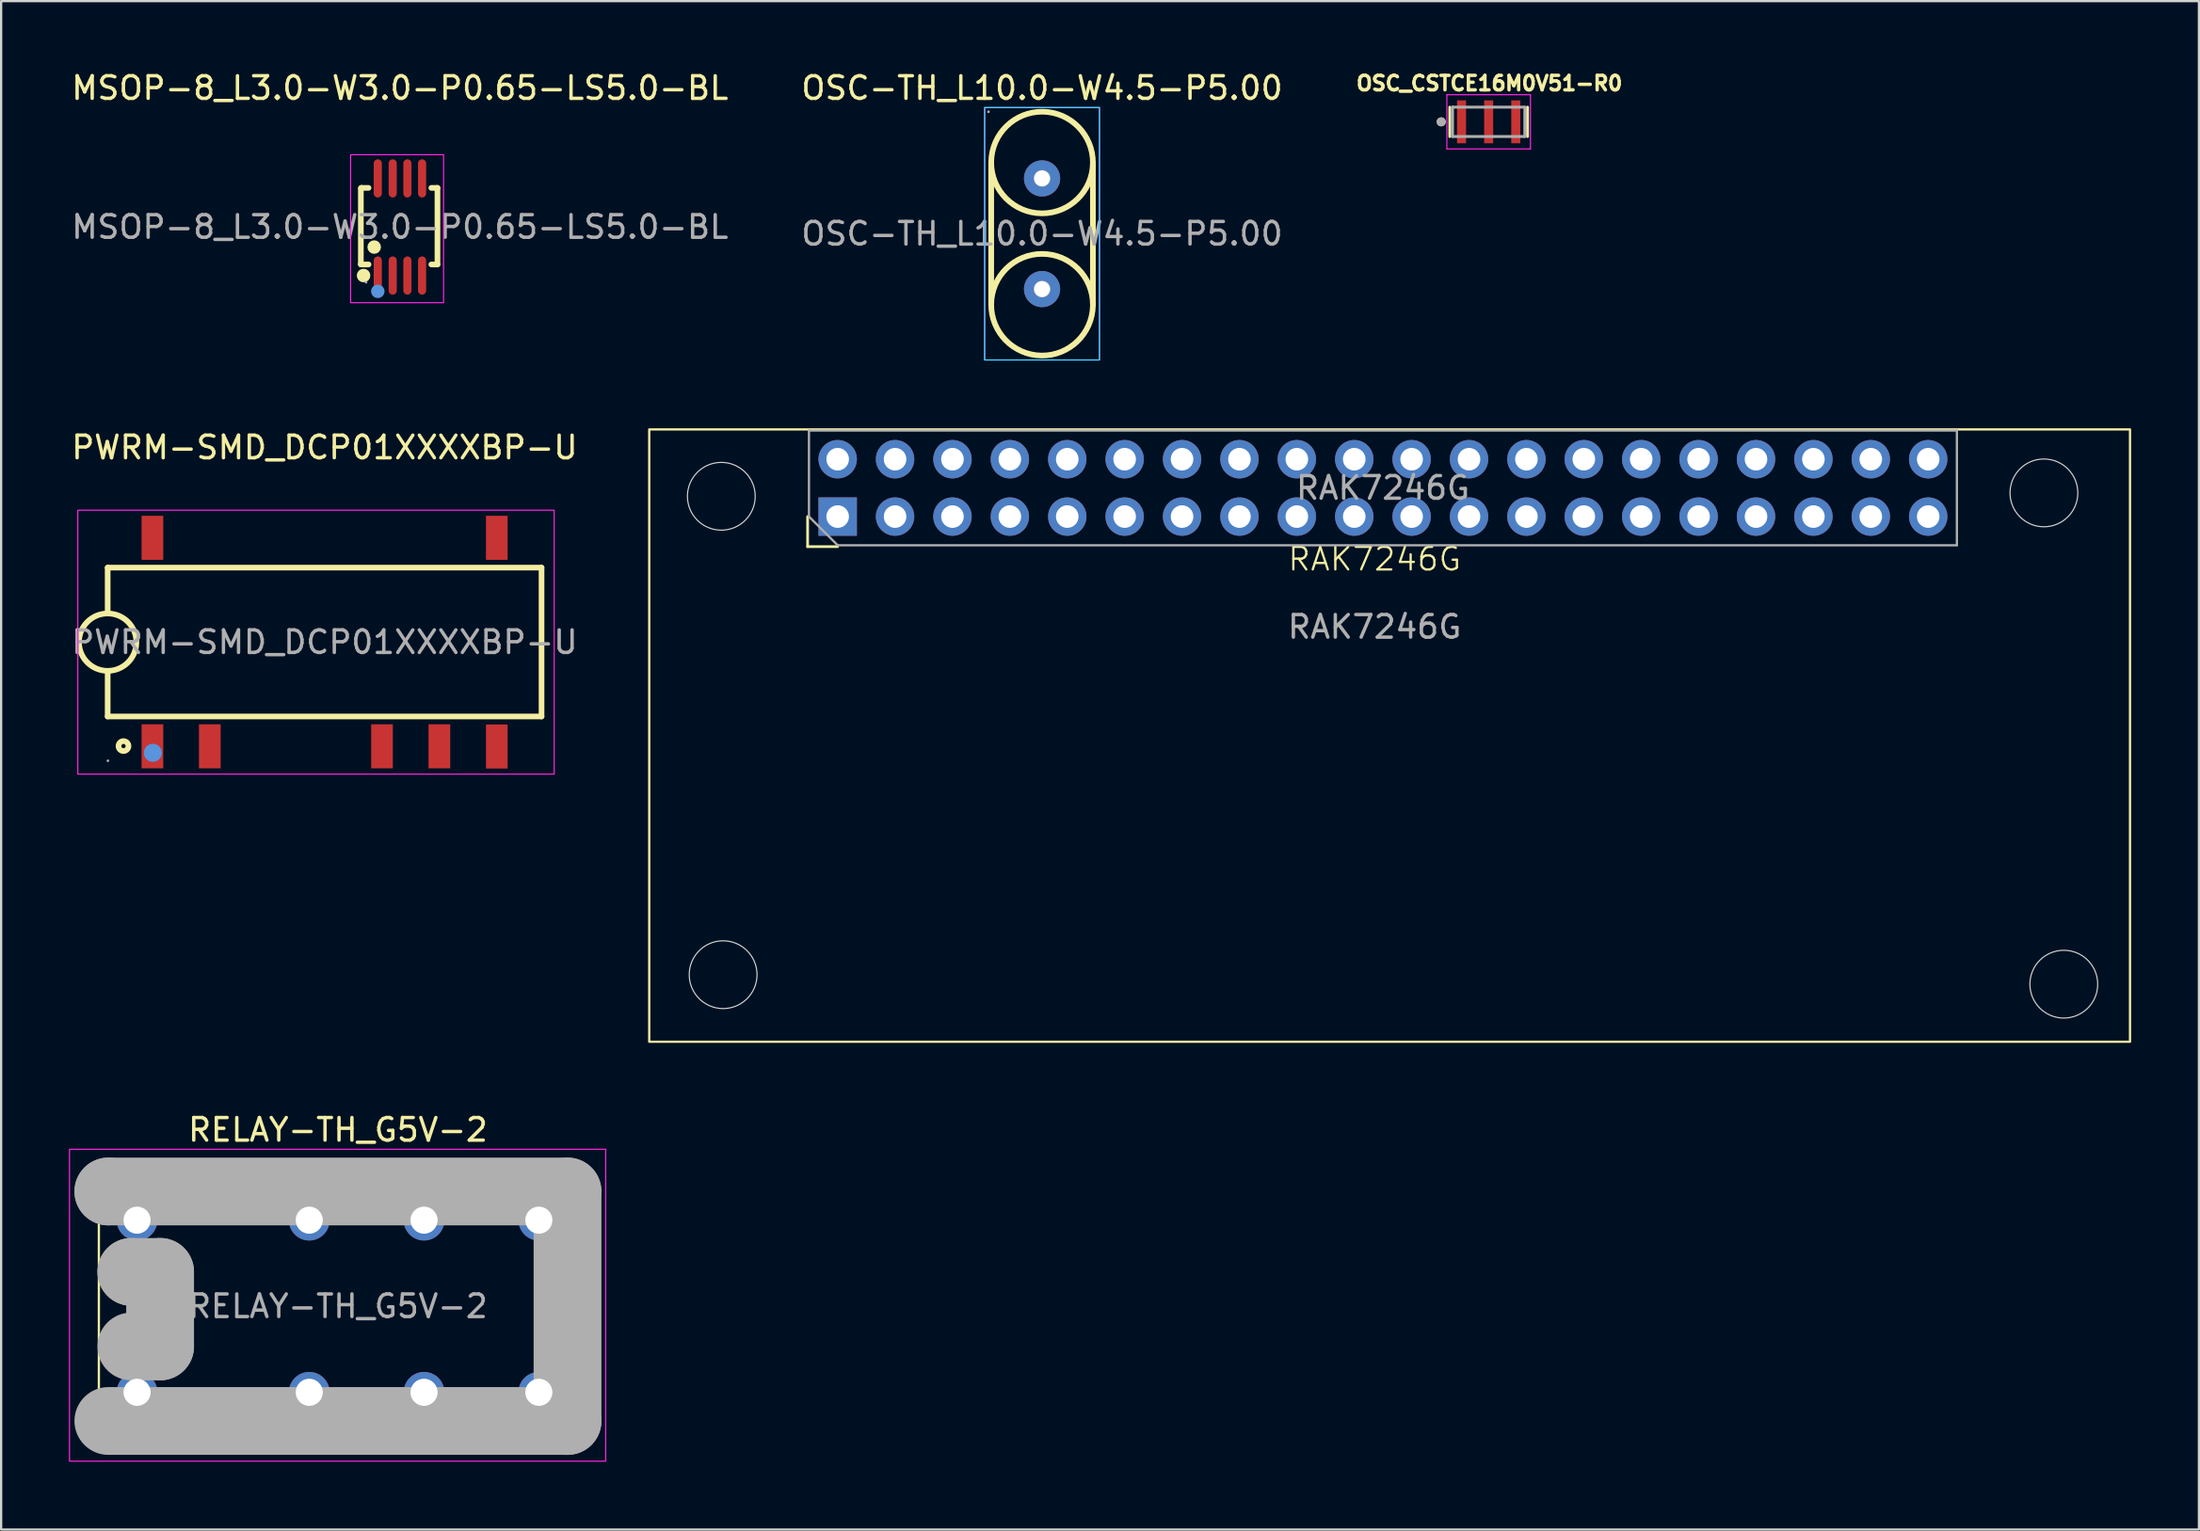
<source format=kicad_pcb>
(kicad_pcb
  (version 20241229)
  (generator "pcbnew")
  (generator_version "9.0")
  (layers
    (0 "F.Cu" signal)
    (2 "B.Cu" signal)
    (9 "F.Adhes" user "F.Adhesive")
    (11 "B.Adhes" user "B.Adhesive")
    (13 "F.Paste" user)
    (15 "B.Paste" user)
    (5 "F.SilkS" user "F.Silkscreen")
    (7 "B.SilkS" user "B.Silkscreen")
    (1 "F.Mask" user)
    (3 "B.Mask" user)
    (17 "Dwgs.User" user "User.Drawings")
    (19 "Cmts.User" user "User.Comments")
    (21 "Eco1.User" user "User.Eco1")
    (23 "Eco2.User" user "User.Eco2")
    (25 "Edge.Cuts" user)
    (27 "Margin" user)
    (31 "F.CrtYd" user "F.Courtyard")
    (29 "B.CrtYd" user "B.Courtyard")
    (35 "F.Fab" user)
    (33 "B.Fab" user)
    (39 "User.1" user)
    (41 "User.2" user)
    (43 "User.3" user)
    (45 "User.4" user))
  (footprint "OSC-TH_L10.0-W4.5-P5.00"
    (layer "F.Cu")
    (at 43.065 7.298)
    (property "Reference" "OSC-TH_L10.0-W4.5-P5.00" (at 0 -6.45 0) (layer "F.SilkS") (effects (font (size 1 1) (thickness 0.15))))
    (attr through_hole)
    (fp_line (start -2.25 3.14) (end -2.25 -3.15) (stroke (width 0.25) (type solid)) (layer "F.SilkS"))
    (fp_line (start 2.25 3.14) (end 2.25 -3.15) (stroke (width 0.25) (type solid)) (layer "F.SilkS"))
    (fp_arc (start -2.249657 -3.189268) (mid 2.249914 -3.130365) (end -2.25 -3.15) (stroke (width 0.25) (type solid)) (layer "F.SilkS"))
    (fp_arc (start 2.249657 3.179268) (mid -2.249914 3.120365) (end 2.25 3.14) (stroke (width 0.25) (type solid)) (layer "F.SilkS"))
    (fp_rect (start -2.54 -5.588) (end 2.54 5.588) (stroke (width 0.05) (type default)) (fill no) (layer "B.CrtYd"))
    (fp_rect (start -2.54 -5.588) (end 2.54 5.588) (stroke (width 0.05) (type default)) (fill no) (layer "F.CrtYd"))
    (fp_circle (center -2.37 -5.4) (end -2.34 -5.4) (stroke (width 0.06) (type solid)) (fill no) (layer "F.Fab"))
    (fp_circle (center 0 -2.45) (end 0.12 -2.45) (stroke (width 0.25) (type solid)) (fill no) (layer "F.Fab"))
    (fp_circle (center 0 2.45) (end 0.12 2.45) (stroke (width 0.25) (type solid)) (fill no) (layer "F.Fab"))
    (fp_text user "${REFERENCE}" (at 0 0 0) (layer "F.Fab") (effects (font (size 1 1) (thickness 0.15))))
    (pad "1" thru_hole circle (at 0 -2.45 270) (size 1.6 1.6) (drill 0.7) (layers "*.Cu" "*.Mask"))
    (pad "2" thru_hole circle (at 0 2.45 270) (size 1.6 1.6) (drill 0.7) (layers "*.Cu" "*.Mask")))
  (footprint "PWRM-SMD_DCP01XXXXBP-U"
    (layer "F.Cu")
    (at 11.315 25.38)
    (property "Reference" "PWRM-SMD_DCP01XXXXBP-U" (at 0 -8.62 0) (layer "F.SilkS") (effects (font (size 1 1) (thickness 0.15))))
    (attr smd)
    (fp_line (start -9.6 -3.3) (end -9.6 -1.27) (stroke (width 0.25) (type solid)) (layer "F.SilkS"))
    (fp_line (start -9.6 -3.3) (end 9.6 -3.3) (stroke (width 0.25) (type solid)) (layer "F.SilkS"))
    (fp_line (start -9.6 3.29) (end -9.6 1.27) (stroke (width 0.25) (type solid)) (layer "F.SilkS"))
    (fp_line (start 9.6 -3.3) (end 9.6 3.29) (stroke (width 0.25) (type solid)) (layer "F.SilkS"))
    (fp_line (start 9.6 3.29) (end -9.6 3.29) (stroke (width 0.25) (type solid)) (layer "F.SilkS"))
    (fp_arc (start -9.577835 -1.269807) (mid -9.611083 1.269952) (end -9.6 -1.27) (stroke (width 0.25) (type solid)) (layer "F.SilkS"))
    (fp_circle (center -8.9 4.6) (end -8.68 4.6) (stroke (width 0.25) (type solid)) (fill no) (layer "F.SilkS"))
    (fp_circle (center -7.6 4.9) (end -7.4 4.9) (stroke (width 0.4) (type solid)) (fill no) (layer "Cmts.User"))
    (fp_rect (start -10.922 -5.842) (end 10.16 5.842) (stroke (width 0.05) (type default)) (fill no) (layer "F.CrtYd"))
    (fp_circle (center -9.59 5.25) (end -9.56 5.25) (stroke (width 0.06) (type solid)) (fill no) (layer "F.Fab"))
    (fp_text user "${REFERENCE}" (at 0 0 0) (layer "F.Fab") (effects (font (size 1 1) (thickness 0.15))))
    (pad "1" smd rect (at -7.62 4.61) (size 0.96 1.95) (layers "F.Cu" "F.Mask" "F.Paste"))
    (pad "2" smd rect (at -5.08 4.61) (size 0.96 1.95) (layers "F.Cu" "F.Mask" "F.Paste"))
    (pad "5" smd rect (at 2.54 4.61) (size 0.96 1.95) (layers "F.Cu" "F.Mask" "F.Paste"))
    (pad "6" smd rect (at 5.08 4.61) (size 0.96 1.95) (layers "F.Cu" "F.Mask" "F.Paste"))
    (pad "7" smd rect (at 7.62 4.62) (size 0.96 1.95) (layers "F.Cu" "F.Mask" "F.Paste"))
    (pad "8" smd rect (at 7.62 -4.62) (size 0.96 1.95) (layers "F.Cu" "F.Mask" "F.Paste"))
    (pad "14" smd rect (at -7.62 -4.62) (size 0.96 1.95) (layers "F.Cu" "F.Mask" "F.Paste")))
  (footprint "RAK7246G"
    (layer "F.Cu")
    (at 57.781 22.201)
    (property "Reference" "RAK7246G" (at 0 -0.5 0) (unlocked yes) (layer "F.SilkS") (effects (font (size 1 1) (thickness 0.1))))
    (attr through_hole)
    (fp_line (start -25.091 -1.051) (end -25.091 -2.381) (stroke (width 0.12) (type solid)) (layer "F.SilkS"))
    (fp_line (start -23.761 -1.051) (end -25.091 -1.051) (stroke (width 0.12) (type solid)) (layer "F.SilkS"))
    (fp_rect (start -32.1 -6.24) (end 33.43 20.87) (stroke (width 0.1) (type default)) (fill no) (layer "F.SilkS"))
    (fp_circle (center -28.91 -3.28) (end -27.41 -3.28) (stroke (width 0.05) (type default)) (fill no) (layer "Edge.Cuts"))
    (fp_circle (center -28.83 17.9) (end -27.33 17.9) (stroke (width 0.05) (type default)) (fill no) (layer "Edge.Cuts"))
    (fp_circle (center 29.62 -3.43) (end 31.12 -3.43) (stroke (width 0.05) (type default)) (fill no) (layer "Edge.Cuts"))
    (fp_circle (center 30.5 18.32) (end 32 18.32) (stroke (width 0.05) (type default)) (fill no) (layer "Edge.Cuts"))
    (fp_line (start -25.031 -6.191) (end 25.769 -6.191) (stroke (width 0.1) (type solid)) (layer "F.Fab"))
    (fp_line (start -25.031 -2.381) (end -25.031 -6.191) (stroke (width 0.1) (type solid)) (layer "F.Fab"))
    (fp_line (start -23.761 -1.111) (end -25.031 -2.381) (stroke (width 0.1) (type solid)) (layer "F.Fab"))
    (fp_line (start 25.769 -6.191) (end 25.769 -1.111) (stroke (width 0.1) (type solid)) (layer "F.Fab"))
    (fp_line (start 25.769 -1.111) (end -23.761 -1.111) (stroke (width 0.1) (type solid)) (layer "F.Fab"))
    (fp_text user "${REFERENCE}" (at 0 2.5 0) (unlocked yes) (layer "F.Fab") (effects (font (size 1 1) (thickness 0.15))))
    (fp_text user "${REFERENCE}" (at 0.369 -3.651 180) (layer "F.Fab") (effects (font (size 1 1) (thickness 0.15))))
    (pad "1" thru_hole rect (at -23.761 -2.381 90) (size 1.7 1.7) (drill 1) (layers "*.Cu" "*.Mask"))
    (pad "2" thru_hole oval (at -23.761 -4.921 90) (size 1.7 1.7) (drill 1) (layers "*.Cu" "*.Mask"))
    (pad "3" thru_hole oval (at -21.221 -2.381 90) (size 1.7 1.7) (drill 1) (layers "*.Cu" "*.Mask"))
    (pad "4" thru_hole oval (at -21.221 -4.921 90) (size 1.7 1.7) (drill 1) (layers "*.Cu" "*.Mask"))
    (pad "5" thru_hole oval (at -18.681 -2.381 90) (size 1.7 1.7) (drill 1) (layers "*.Cu" "*.Mask"))
    (pad "6" thru_hole oval (at -18.681 -4.921 90) (size 1.7 1.7) (drill 1) (layers "*.Cu" "*.Mask"))
    (pad "7" thru_hole oval (at -16.141 -2.381 90) (size 1.7 1.7) (drill 1) (layers "*.Cu" "*.Mask"))
    (pad "8" thru_hole oval (at -16.141 -4.921 90) (size 1.7 1.7) (drill 1) (layers "*.Cu" "*.Mask"))
    (pad "9" thru_hole oval (at -13.601 -2.381 90) (size 1.7 1.7) (drill 1) (layers "*.Cu" "*.Mask"))
    (pad "10" thru_hole oval (at -13.601 -4.921 90) (size 1.7 1.7) (drill 1) (layers "*.Cu" "*.Mask"))
    (pad "11" thru_hole oval (at -11.061 -2.381 90) (size 1.7 1.7) (drill 1) (layers "*.Cu" "*.Mask"))
    (pad "12" thru_hole oval (at -11.061 -4.921 90) (size 1.7 1.7) (drill 1) (layers "*.Cu" "*.Mask"))
    (pad "13" thru_hole oval (at -8.521 -2.381 90) (size 1.7 1.7) (drill 1) (layers "*.Cu" "*.Mask"))
    (pad "14" thru_hole oval (at -8.521 -4.921 90) (size 1.7 1.7) (drill 1) (layers "*.Cu" "*.Mask"))
    (pad "15" thru_hole oval (at -5.981 -2.381 90) (size 1.7 1.7) (drill 1) (layers "*.Cu" "*.Mask"))
    (pad "16" thru_hole oval (at -5.981 -4.921 90) (size 1.7 1.7) (drill 1) (layers "*.Cu" "*.Mask"))
    (pad "17" thru_hole oval (at -3.441 -2.381 90) (size 1.7 1.7) (drill 1) (layers "*.Cu" "*.Mask"))
    (pad "18" thru_hole oval (at -3.441 -4.921 90) (size 1.7 1.7) (drill 1) (layers "*.Cu" "*.Mask"))
    (pad "19" thru_hole oval (at -0.901 -2.381 90) (size 1.7 1.7) (drill 1) (layers "*.Cu" "*.Mask"))
    (pad "20" thru_hole oval (at -0.901 -4.921 90) (size 1.7 1.7) (drill 1) (layers "*.Cu" "*.Mask"))
    (pad "21" thru_hole oval (at 1.639 -2.381 90) (size 1.7 1.7) (drill 1) (layers "*.Cu" "*.Mask"))
    (pad "22" thru_hole oval (at 1.639 -4.921 90) (size 1.7 1.7) (drill 1) (layers "*.Cu" "*.Mask"))
    (pad "23" thru_hole oval (at 4.179 -2.381 90) (size 1.7 1.7) (drill 1) (layers "*.Cu" "*.Mask"))
    (pad "24" thru_hole oval (at 4.179 -4.921 90) (size 1.7 1.7) (drill 1) (layers "*.Cu" "*.Mask"))
    (pad "25" thru_hole oval (at 6.719 -2.381 90) (size 1.7 1.7) (drill 1) (layers "*.Cu" "*.Mask"))
    (pad "26" thru_hole oval (at 6.719 -4.921 90) (size 1.7 1.7) (drill 1) (layers "*.Cu" "*.Mask"))
    (pad "27" thru_hole oval (at 9.259 -2.381 90) (size 1.7 1.7) (drill 1) (layers "*.Cu" "*.Mask"))
    (pad "28" thru_hole oval (at 9.259 -4.921 90) (size 1.7 1.7) (drill 1) (layers "*.Cu" "*.Mask"))
    (pad "29" thru_hole oval (at 11.799 -2.381 90) (size 1.7 1.7) (drill 1) (layers "*.Cu" "*.Mask"))
    (pad "30" thru_hole oval (at 11.799 -4.921 90) (size 1.7 1.7) (drill 1) (layers "*.Cu" "*.Mask"))
    (pad "31" thru_hole oval (at 14.339 -2.381 90) (size 1.7 1.7) (drill 1) (layers "*.Cu" "*.Mask"))
    (pad "32" thru_hole oval (at 14.339 -4.921 90) (size 1.7 1.7) (drill 1) (layers "*.Cu" "*.Mask"))
    (pad "33" thru_hole oval (at 16.879 -2.381 90) (size 1.7 1.7) (drill 1) (layers "*.Cu" "*.Mask"))
    (pad "34" thru_hole oval (at 16.879 -4.921 90) (size 1.7 1.7) (drill 1) (layers "*.Cu" "*.Mask"))
    (pad "35" thru_hole oval (at 19.419 -2.381 90) (size 1.7 1.7) (drill 1) (layers "*.Cu" "*.Mask"))
    (pad "36" thru_hole oval (at 19.419 -4.921 90) (size 1.7 1.7) (drill 1) (layers "*.Cu" "*.Mask"))
    (pad "37" thru_hole oval (at 21.959 -2.381 90) (size 1.7 1.7) (drill 1) (layers "*.Cu" "*.Mask"))
    (pad "38" thru_hole oval (at 21.959 -4.921 90) (size 1.7 1.7) (drill 1) (layers "*.Cu" "*.Mask"))
    (pad "39" thru_hole oval (at 24.499 -2.381 90) (size 1.7 1.7) (drill 1) (layers "*.Cu" "*.Mask"))
    (pad "40" thru_hole oval (at 24.499 -4.921 90) (size 1.7 1.7) (drill 1) (layers "*.Cu" "*.Mask")))
  (footprint "MSOP-8_L3.0-W3.0-P0.65-LS5.0-BL"
    (layer "F.Cu")
    (at 14.649 6.998)
    (property "Reference" "MSOP-8_L3.0-W3.0-P0.65-LS5.0-BL" (at 0 -6.15 0) (layer "F.SilkS") (effects (font (size 1 1) (thickness 0.15))))
    (attr smd)
    (fp_line (start -1.73 -1.72) (end -1.73 1.65) (stroke (width 0.25) (type solid)) (layer "F.SilkS"))
    (fp_line (start -1.73 1.65) (end -1.72 1.66) (stroke (width 0.25) (type solid)) (layer "F.SilkS"))
    (fp_line (start -1.72 1.66) (end -1.39 1.66) (stroke (width 0.25) (type solid)) (layer "F.SilkS"))
    (fp_line (start -1.7 -1.73) (end -1.72 -1.71) (stroke (width 0.25) (type solid)) (layer "F.SilkS"))
    (fp_line (start -1.39 -1.73) (end -1.7 -1.73) (stroke (width 0.25) (type solid)) (layer "F.SilkS"))
    (fp_line (start 1.39 1.66) (end 1.66 1.66) (stroke (width 0.25) (type solid)) (layer "F.SilkS"))
    (fp_line (start 1.66 -1.73) (end 1.39 -1.73) (stroke (width 0.25) (type solid)) (layer "F.SilkS"))
    (fp_line (start 1.66 1.66) (end 1.66 -1.73) (stroke (width 0.25) (type solid)) (layer "F.SilkS"))
    (fp_circle (center -1.61 2.15) (end -1.46 2.15) (stroke (width 0.3) (type solid)) (fill no) (layer "F.SilkS"))
    (fp_circle (center -1.14 0.89) (end -0.99 0.89) (stroke (width 0.3) (type solid)) (fill no) (layer "F.SilkS"))
    (fp_circle (center -0.98 2.85) (end -0.83 2.85) (stroke (width 0.3) (type solid)) (fill no) (layer "Cmts.User"))
    (fp_rect (start -2.184 -3.2) (end 1.93 3.353) (stroke (width 0.05) (type default)) (fill no) (layer "F.CrtYd"))
    (fp_circle (center -1.5 2.45) (end -1.47 2.45) (stroke (width 0.06) (type solid)) (fill no) (layer "F.Fab"))
    (fp_text user "${REFERENCE}" (at 0 0 0) (layer "F.Fab") (effects (font (size 1 1) (thickness 0.15))))
    (pad "1" smd oval (at -0.98 2.15) (size 0.36 1.69) (layers "F.Cu" "F.Mask" "F.Paste"))
    (pad "2" smd oval (at -0.32 2.15) (size 0.36 1.69) (layers "F.Cu" "F.Mask" "F.Paste"))
    (pad "3" smd oval (at 0.33 2.15) (size 0.36 1.69) (layers "F.Cu" "F.Mask" "F.Paste"))
    (pad "4" smd oval (at 0.98 2.15) (size 0.36 1.69) (layers "F.Cu" "F.Mask" "F.Paste"))
    (pad "5" smd oval (at 0.98 -2.15) (size 0.36 1.69) (layers "F.Cu" "F.Mask" "F.Paste"))
    (pad "6" smd oval (at 0.33 -2.15) (size 0.36 1.69) (layers "F.Cu" "F.Mask" "F.Paste"))
    (pad "7" smd oval (at -0.32 -2.15) (size 0.36 1.69) (layers "F.Cu" "F.Mask" "F.Paste"))
    (pad "8" smd oval (at -0.98 -2.15) (size 0.36 1.69) (layers "F.Cu" "F.Mask" "F.Paste")))
  (footprint "OSC_CSTCE16M0V51-R0"
    (layer "F.Cu")
    (at 62.829 2.344)
    (property "Reference" "OSC_CSTCE16M0V51-R0" (at 0.032 -1.706 0) (layer "F.SilkS") (effects (font (size 0.64 0.64) (thickness 0.15))))
    (attr smd)
    (fp_line (start -1.72 0.65) (end -1.72 -0.65) (stroke (width 0.127) (type solid)) (layer "F.SilkS"))
    (fp_line (start 1.72 0.65) (end 1.72 -0.65) (stroke (width 0.127) (type solid)) (layer "F.SilkS"))
    (fp_circle (center -2.1 0) (end -2 0) (stroke (width 0.2) (type solid)) (fill no) (layer "F.SilkS"))
    (fp_line (start -1.85 -1.2) (end 1.85 -1.2) (stroke (width 0.05) (type solid)) (layer "F.CrtYd"))
    (fp_line (start -1.85 1.2) (end -1.85 -1.2) (stroke (width 0.05) (type solid)) (layer "F.CrtYd"))
    (fp_line (start 1.85 -1.2) (end 1.85 1.2) (stroke (width 0.05) (type solid)) (layer "F.CrtYd"))
    (fp_line (start 1.85 1.2) (end -1.85 1.2) (stroke (width 0.05) (type solid)) (layer "F.CrtYd"))
    (fp_line (start -1.6 -0.65) (end 1.6 -0.65) (stroke (width 0.127) (type solid)) (layer "F.Fab"))
    (fp_line (start -1.6 0.65) (end -1.6 -0.65) (stroke (width 0.127) (type solid)) (layer "F.Fab"))
    (fp_line (start 1.6 -0.65) (end 1.6 0.65) (stroke (width 0.127) (type solid)) (layer "F.Fab"))
    (fp_line (start 1.6 0.65) (end -1.6 0.65) (stroke (width 0.127) (type solid)) (layer "F.Fab"))
    (fp_circle (center -2.1 0) (end -2 0) (stroke (width 0.2) (type solid)) (fill no) (layer "F.Fab"))
    (pad "1" smd rect (at -1.2 0) (size 0.4 1.9) (layers "F.Cu" "F.Mask" "F.Paste"))
    (pad "2" smd rect (at 0 0) (size 0.4 1.9) (layers "F.Cu" "F.Mask" "F.Paste"))
    (pad "3" smd rect (at 1.2 0) (size 0.4 1.9) (layers "F.Cu" "F.Mask" "F.Paste")))
  (footprint "RELAY-TH_G5V-2"
    (layer "F.Cu")
    (at 11.905 54.779)
    (property "Reference" "RELAY-TH_G5V-2" (at 0 -7.81 0) (layer "F.SilkS") (effects (font (size 1 1) (thickness 0.15))))
    (attr through_hole)
    (fp_rect (start -10.58 -5.05) (end 10.18 4.88) (stroke (width 0.1) (type default)) (fill no) (layer "F.SilkS"))
    (fp_rect (start -11.88 -6.95) (end 11.85 6.86) (stroke (width 0.05) (type default)) (fill no) (layer "F.CrtYd"))
    (fp_line (start -10.16 -5.08) (end -10.16 -5.08) (stroke (width 3) (type solid)) (layer "F.Fab"))
    (fp_line (start -10.16 -5.08) (end 10.16 -5.08) (stroke (width 3) (type solid)) (layer "F.Fab"))
    (fp_line (start -9.14 -1.52) (end -9.14 -1.52) (stroke (width 3) (type solid)) (layer "F.Fab"))
    (fp_line (start -9.14 -1.52) (end -7.87 -1.52) (stroke (width 3) (type solid)) (layer "F.Fab"))
    (fp_line (start -7.87 -1.52) (end -7.87 1.78) (stroke (width 3) (type solid)) (layer "F.Fab"))
    (fp_line (start -7.87 1.78) (end -9.14 1.78) (stroke (width 3) (type solid)) (layer "F.Fab"))
    (fp_line (start 10.16 -5.08) (end 10.16 5.08) (stroke (width 3) (type solid)) (layer "F.Fab"))
    (fp_line (start 10.16 5.08) (end -10.16 5.08) (stroke (width 3) (type solid)) (layer "F.Fab"))
    (fp_circle (center -10.29 5.21) (end -10.26 5.21) (stroke (width 0.06) (type solid)) (fill no) (layer "F.Fab"))
    (fp_circle (center -8.89 -3.81) (end -8.64 -3.81) (stroke (width 0.5) (type solid)) (fill no) (layer "F.Fab"))
    (fp_circle (center -8.89 3.81) (end -8.64 3.81) (stroke (width 0.5) (type solid)) (fill no) (layer "F.Fab"))
    (fp_circle (center -1.27 -3.81) (end -1.02 -3.81) (stroke (width 0.5) (type solid)) (fill no) (layer "F.Fab"))
    (fp_circle (center -1.27 3.81) (end -1.02 3.81) (stroke (width 0.5) (type solid)) (fill no) (layer "F.Fab"))
    (fp_circle (center 3.81 -3.81) (end 4.06 -3.81) (stroke (width 0.5) (type solid)) (fill no) (layer "F.Fab"))
    (fp_circle (center 3.81 3.81) (end 4.06 3.81) (stroke (width 0.5) (type solid)) (fill no) (layer "F.Fab"))
    (fp_circle (center 8.89 -3.81) (end 9.14 -3.81) (stroke (width 0.5) (type solid)) (fill no) (layer "F.Fab"))
    (fp_circle (center 8.89 3.81) (end 9.14 3.81) (stroke (width 0.5) (type solid)) (fill no) (layer "F.Fab"))
    (fp_text user "${REFERENCE}" (at 0 0 0) (layer "F.Fab") (effects (font (size 1 1) (thickness 0.15))))
    (pad "1" thru_hole circle (at -8.89 3.81) (size 1.8 1.8) (drill 1.2) (layers "*.Cu" "*.Mask"))
    (pad "4" thru_hole circle (at -1.27 3.81) (size 1.8 1.8) (drill 1.2) (layers "*.Cu" "*.Mask"))
    (pad "6" thru_hole circle (at 3.81 3.81) (size 1.8 1.8) (drill 1.2) (layers "*.Cu" "*.Mask"))
    (pad "8" thru_hole circle (at 8.89 3.81) (size 1.8 1.8) (drill 1.2) (layers "*.Cu" "*.Mask"))
    (pad "9" thru_hole circle (at 8.89 -3.81) (size 1.8 1.8) (drill 1.2) (layers "*.Cu" "*.Mask"))
    (pad "11" thru_hole circle (at 3.81 -3.81) (size 1.8 1.8) (drill 1.2) (layers "*.Cu" "*.Mask"))
    (pad "13" thru_hole circle (at -1.27 -3.81) (size 1.8 1.8) (drill 1.2) (layers "*.Cu" "*.Mask"))
    (pad "16" thru_hole circle (at -8.89 -3.81) (size 1.8 1.8) (drill 1.2) (layers "*.Cu" "*.Mask")))
  (gr_rect
    (start -3 -3)
    (end 94.261 64.665)
    (stroke (width 0.1) (type default))
    (fill no)
    (layer "Edge.Cuts")))
</source>
